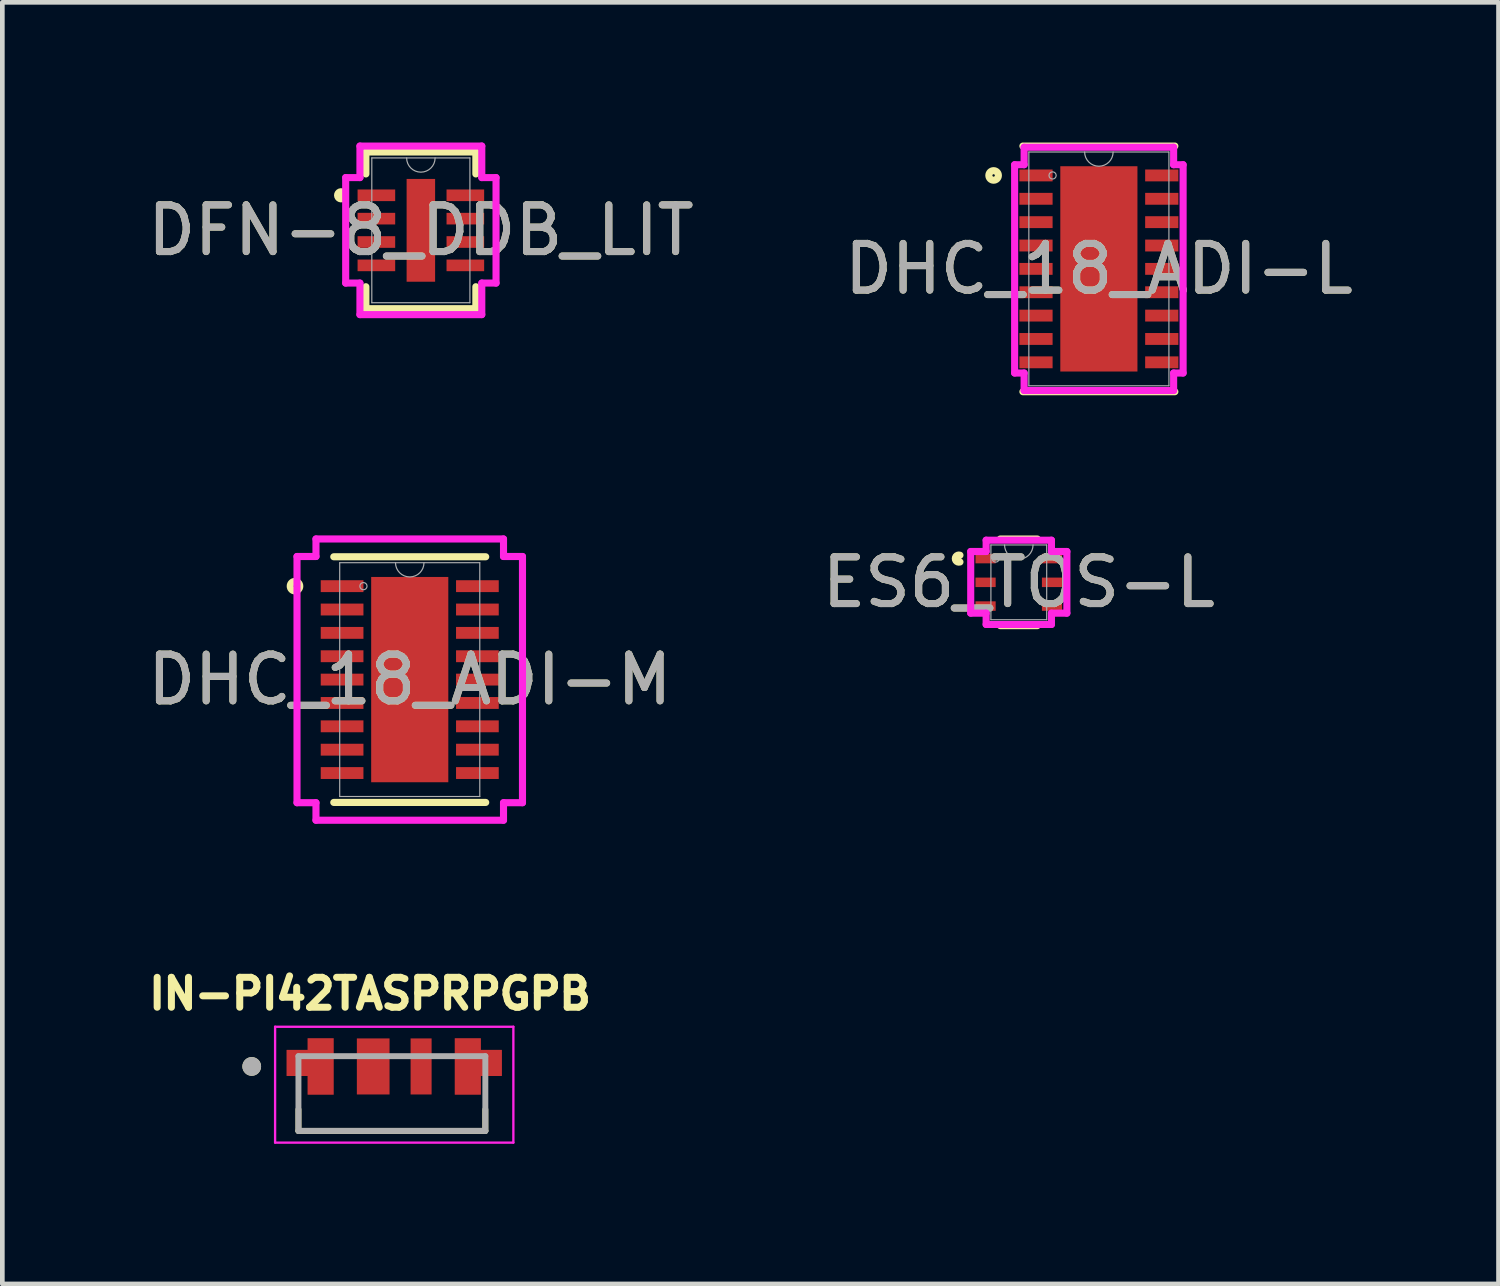
<source format=kicad_pcb>
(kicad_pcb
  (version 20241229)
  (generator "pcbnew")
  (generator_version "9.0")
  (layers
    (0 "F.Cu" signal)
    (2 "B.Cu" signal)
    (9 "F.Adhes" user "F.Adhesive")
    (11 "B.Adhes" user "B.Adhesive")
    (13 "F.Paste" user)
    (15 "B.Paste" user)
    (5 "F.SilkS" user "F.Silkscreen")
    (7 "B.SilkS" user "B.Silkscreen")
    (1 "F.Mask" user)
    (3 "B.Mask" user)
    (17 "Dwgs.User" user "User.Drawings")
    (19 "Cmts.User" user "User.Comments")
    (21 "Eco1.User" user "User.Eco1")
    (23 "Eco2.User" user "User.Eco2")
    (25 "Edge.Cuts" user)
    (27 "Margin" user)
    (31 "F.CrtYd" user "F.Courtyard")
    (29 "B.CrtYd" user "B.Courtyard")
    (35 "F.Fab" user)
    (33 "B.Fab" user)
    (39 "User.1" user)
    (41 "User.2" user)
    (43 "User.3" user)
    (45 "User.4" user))
  (footprint "DFN-8_DDB_LIT"
    (layer "F.Cu")
    (at 5.958 1.88)
    (property "Reference" "DFN-8_DDB_LIT" (at 0 0 0) (unlocked yes) (layer "F.SilkS") (effects (font (size 1 1) (thickness 0.15))))
    (attr smd)
    (fp_line (start -1.177 -1.677) (end -1.177 -1.207) (stroke (width 0.152) (type solid)) (layer "F.SilkS"))
    (fp_line (start -1.177 1.207) (end -1.177 1.677) (stroke (width 0.152) (type solid)) (layer "F.SilkS"))
    (fp_line (start -1.177 1.677) (end 1.177 1.677) (stroke (width 0.152) (type solid)) (layer "F.SilkS"))
    (fp_line (start 1.177 -1.677) (end -1.177 -1.677) (stroke (width 0.152) (type solid)) (layer "F.SilkS"))
    (fp_line (start 1.177 -1.207) (end 1.177 -1.677) (stroke (width 0.152) (type solid)) (layer "F.SilkS"))
    (fp_line (start 1.177 1.677) (end 1.177 1.207) (stroke (width 0.152) (type solid)) (layer "F.SilkS"))
    (fp_arc (start -1.687541 -0.676171) (mid -1.7826 -0.75) (end -1.687541 -0.823829) (stroke (width 0.1524) (type solid)) (layer "F.SilkS"))
    (fp_line (start -1.609 -1.129) (end -1.304 -1.129) (stroke (width 0.152) (type solid)) (layer "F.CrtYd"))
    (fp_line (start -1.609 1.129) (end -1.609 -1.129) (stroke (width 0.152) (type solid)) (layer "F.CrtYd"))
    (fp_line (start -1.609 1.129) (end -1.304 1.129) (stroke (width 0.152) (type solid)) (layer "F.CrtYd"))
    (fp_line (start -1.304 -1.804) (end 1.304 -1.804) (stroke (width 0.152) (type solid)) (layer "F.CrtYd"))
    (fp_line (start -1.304 -1.129) (end -1.304 -1.804) (stroke (width 0.152) (type solid)) (layer "F.CrtYd"))
    (fp_line (start -1.304 1.804) (end -1.304 1.129) (stroke (width 0.152) (type solid)) (layer "F.CrtYd"))
    (fp_line (start 1.304 -1.804) (end 1.304 -1.129) (stroke (width 0.152) (type solid)) (layer "F.CrtYd"))
    (fp_line (start 1.304 1.129) (end 1.304 1.804) (stroke (width 0.152) (type solid)) (layer "F.CrtYd"))
    (fp_line (start 1.304 1.804) (end -1.304 1.804) (stroke (width 0.152) (type solid)) (layer "F.CrtYd"))
    (fp_line (start 1.609 -1.129) (end 1.304 -1.129) (stroke (width 0.152) (type solid)) (layer "F.CrtYd"))
    (fp_line (start 1.609 -1.129) (end 1.609 1.129) (stroke (width 0.152) (type solid)) (layer "F.CrtYd"))
    (fp_line (start 1.609 1.129) (end 1.304 1.129) (stroke (width 0.152) (type solid)) (layer "F.CrtYd"))
    (fp_line (start -1.05 -1.55) (end -1.05 1.55) (stroke (width 0.025) (type solid)) (layer "F.Fab"))
    (fp_line (start -1.05 1.55) (end 1.05 1.55) (stroke (width 0.025) (type solid)) (layer "F.Fab"))
    (fp_line (start 1.05 -1.55) (end -1.05 -1.55) (stroke (width 0.025) (type solid)) (layer "F.Fab"))
    (fp_line (start 1.05 1.55) (end 1.05 -1.55) (stroke (width 0.025) (type solid)) (layer "F.Fab"))
    (fp_arc (start 0.3048 -1.549999) (mid 0 -1.245199) (end -0.3048 -1.549999) (stroke (width 0.0254) (type solid)) (layer "F.Fab"))
    (fp_text user "${REFERENCE}" (at 0 0 0) (unlocked yes) (layer "F.Fab") (effects (font (size 1 1) (thickness 0.15))))
    (pad "1" smd rect (at -0.952 -0.75) (size 0.805 0.249) (layers "F.Cu" "F.Mask" "F.Paste"))
    (pad "2" smd rect (at -0.952 -0.25) (size 0.805 0.249) (layers "F.Cu" "F.Mask" "F.Paste"))
    (pad "3" smd rect (at -0.952 0.25) (size 0.805 0.249) (layers "F.Cu" "F.Mask" "F.Paste"))
    (pad "4" smd rect (at -0.952 0.75) (size 0.805 0.249) (layers "F.Cu" "F.Mask" "F.Paste"))
    (pad "5" smd rect (at 0.952 0.75) (size 0.805 0.249) (layers "F.Cu" "F.Mask" "F.Paste"))
    (pad "6" smd rect (at 0.952 0.25) (size 0.805 0.249) (layers "F.Cu" "F.Mask" "F.Paste"))
    (pad "7" smd rect (at 0.952 -0.25) (size 0.805 0.249) (layers "F.Cu" "F.Mask" "F.Paste"))
    (pad "8" smd rect (at 0.952 -0.75) (size 0.805 0.249) (layers "F.Cu" "F.Mask" "F.Paste"))
    (pad "9" smd rect (at 0 0) (size 0.61 2.2) (layers "F.Cu" "F.Mask" "F.Paste")))
  (footprint "IN-PI42TASPRPGPB"
    (layer "F.Cu")
    (at 5.338 20.356)
    (property "Reference" "IN-PI42TASPRPGPB" (at -0.468 -2.136 0) (layer "F.SilkS") (effects (font (size 0.64 0.64) (thickness 0.15))))
    (attr smd)
    (fp_poly (pts (xy -1.85 -1.23) (xy -1.2 -1.23) (xy -1.2 0.07) (xy -1.85 0.07) (xy -1.85 -0.33) (xy -2.3 -0.33) (xy -2.3 -0.98) (xy -1.85 -0.98)) (stroke (width 0.01) (type solid)) (fill yes) (layer "F.Mask"))
    (fp_poly (pts (xy 1.3 -1.23) (xy 1.3 0.07) (xy 1.95 0.07) (xy 1.95 -0.33) (xy 2.4 -0.33) (xy 2.4 -0.98) (xy 1.95 -0.98) (xy 1.95 -1.23)) (stroke (width 0.01) (type solid)) (fill yes) (layer "F.Mask"))
    (fp_line (start -2 0.8) (end -2 0.34) (stroke (width 0.127) (type solid)) (layer "F.SilkS"))
    (fp_line (start 2 0.8) (end -2 0.8) (stroke (width 0.127) (type solid)) (layer "F.SilkS"))
    (fp_line (start 2 0.8) (end 2 0.34) (stroke (width 0.127) (type solid)) (layer "F.SilkS"))
    (fp_circle (center -3 -0.58) (end -2.9 -0.58) (stroke (width 0.2) (type solid)) (fill no) (layer "F.SilkS"))
    (fp_poly (pts (xy -1.8 -1.18) (xy -1.25 -1.18) (xy -1.25 0.02) (xy -1.8 0.02) (xy -1.8 -0.38) (xy -2.25 -0.38) (xy -2.25 -0.93) (xy -1.8 -0.93)) (stroke (width 0.01) (type solid)) (fill yes) (layer "F.Paste"))
    (fp_poly (pts (xy 1.35 -1.18) (xy 1.35 0.02) (xy 1.9 0.02) (xy 1.9 -0.38) (xy 2.35 -0.38) (xy 2.35 -0.93) (xy 1.9 -0.93) (xy 1.9 -1.18)) (stroke (width 0.01) (type solid)) (fill yes) (layer "F.Paste"))
    (fp_line (start -2.5 -1.43) (end -2.5 1.05) (stroke (width 0.05) (type solid)) (layer "F.CrtYd"))
    (fp_line (start -2.5 1.05) (end 2.6 1.05) (stroke (width 0.05) (type solid)) (layer "F.CrtYd"))
    (fp_line (start 2.6 -1.43) (end -2.5 -1.43) (stroke (width 0.05) (type solid)) (layer "F.CrtYd"))
    (fp_line (start 2.6 1.05) (end 2.6 -1.43) (stroke (width 0.05) (type solid)) (layer "F.CrtYd"))
    (fp_line (start -2 -0.8) (end 2 -0.8) (stroke (width 0.127) (type solid)) (layer "F.Fab"))
    (fp_line (start -2 0.8) (end -2 -0.8) (stroke (width 0.127) (type solid)) (layer "F.Fab"))
    (fp_line (start 2 -0.8) (end 2 0.8) (stroke (width 0.127) (type solid)) (layer "F.Fab"))
    (fp_line (start 2 0.8) (end -2 0.8) (stroke (width 0.127) (type solid)) (layer "F.Fab"))
    (fp_circle (center -3 -0.58) (end -2.9 -0.58) (stroke (width 0.2) (type solid)) (fill no) (layer "F.Fab"))
    (pad "1" smd custom (at -1.525 -0.58) (size 0.05 0.05) (layers "F.Cu") (options (anchor rect)) (primitives (gr_poly (pts (xy -0.275 -0.6) (xy 0.275 -0.6) (xy 0.275 0.6) (xy -0.275 0.6) (xy -0.275 0.2) (xy -0.725 0.2) (xy -0.725 -0.35) (xy -0.275 -0.35)) (width 0.01) (fill yes))))
    (pad "2" smd rect (at -0.4 -0.58) (size 0.7 1.2) (layers "F.Cu" "F.Mask" "F.Paste"))
    (pad "3" smd rect (at 0.625 -0.58) (size 0.45 1.2) (layers "F.Cu" "F.Mask" "F.Paste"))
    (pad "4" smd custom (at 1.625 -0.58) (size 0.05 0.05) (layers "F.Cu") (options (anchor rect)) (primitives (gr_poly (pts (xy -0.275 -0.6) (xy -0.275 0.6) (xy 0.275 0.6) (xy 0.275 0.2) (xy 0.725 0.2) (xy 0.725 -0.35) (xy 0.275 -0.35) (xy 0.275 -0.6)) (width 0.01) (fill yes)))))
  (footprint "ES6_TOS-L"
    (layer "F.Cu")
    (at 18.756 9.414)
    (property "Reference" "ES6_TOS-L" (at 0 0 0) (unlocked yes) (layer "F.SilkS") (effects (font (size 1 1) (thickness 0.15))))
    (attr smd)
    (fp_line (start -0.396 0.927) (end 0.396 0.927) (stroke (width 0.152) (type solid)) (layer "F.SilkS"))
    (fp_line (start 0.396 -0.927) (end -0.396 -0.927) (stroke (width 0.152) (type solid)) (layer "F.SilkS"))
    (fp_arc (start -1.25984 -0.43531) (mid -1.3589 -0.508) (end -1.25984 -0.58069) (stroke (width 0.1524) (type solid)) (layer "F.SilkS"))
    (fp_line (start -1.029 -0.66) (end -0.699 -0.66) (stroke (width 0.152) (type solid)) (layer "F.CrtYd"))
    (fp_line (start -1.029 0.66) (end -1.029 -0.66) (stroke (width 0.152) (type solid)) (layer "F.CrtYd"))
    (fp_line (start -0.699 -0.902) (end 0.699 -0.902) (stroke (width 0.152) (type solid)) (layer "F.CrtYd"))
    (fp_line (start -0.699 -0.66) (end -0.699 -0.902) (stroke (width 0.152) (type solid)) (layer "F.CrtYd"))
    (fp_line (start -0.699 0.66) (end -1.029 0.66) (stroke (width 0.152) (type solid)) (layer "F.CrtYd"))
    (fp_line (start -0.699 0.902) (end -0.699 0.66) (stroke (width 0.152) (type solid)) (layer "F.CrtYd"))
    (fp_line (start 0.699 -0.902) (end 0.699 -0.66) (stroke (width 0.152) (type solid)) (layer "F.CrtYd"))
    (fp_line (start 0.699 -0.66) (end 1.029 -0.66) (stroke (width 0.152) (type solid)) (layer "F.CrtYd"))
    (fp_line (start 0.699 0.66) (end 0.699 0.902) (stroke (width 0.152) (type solid)) (layer "F.CrtYd"))
    (fp_line (start 0.699 0.902) (end -0.699 0.902) (stroke (width 0.152) (type solid)) (layer "F.CrtYd"))
    (fp_line (start 1.029 -0.66) (end 1.029 0.66) (stroke (width 0.152) (type solid)) (layer "F.CrtYd"))
    (fp_line (start 1.029 0.66) (end 0.699 0.66) (stroke (width 0.152) (type solid)) (layer "F.CrtYd"))
    (fp_line (start -0.597 -0.8) (end -0.597 0.8) (stroke (width 0.025) (type solid)) (layer "F.Fab"))
    (fp_line (start -0.597 0.8) (end 0.597 0.8) (stroke (width 0.025) (type solid)) (layer "F.Fab"))
    (fp_line (start 0.597 -0.8) (end -0.597 -0.8) (stroke (width 0.025) (type solid)) (layer "F.Fab"))
    (fp_line (start 0.597 0.8) (end 0.597 -0.8) (stroke (width 0.025) (type solid)) (layer "F.Fab"))
    (fp_arc (start 0.3048 -0.8001) (mid 0 -0.4953) (end -0.3048 -0.8001) (stroke (width 0.0254) (type solid)) (layer "F.Fab"))
    (fp_circle (center -0.495 -0.508) (end -0.419 -0.508) (stroke (width 0.025) (type solid)) (fill no) (layer "F.Fab"))
    (fp_text user "${REFERENCE}" (at 0 0 0) (unlocked yes) (layer "F.Fab") (effects (font (size 1 1) (thickness 0.15))))
    (pad "1" smd rect (at -0.711 -0.508) (size 0.432 0.203) (layers "F.Cu" "F.Mask" "F.Paste"))
    (pad "2" smd rect (at -0.711 0) (size 0.432 0.203) (layers "F.Cu" "F.Mask" "F.Paste"))
    (pad "3" smd rect (at -0.711 0.508) (size 0.432 0.203) (layers "F.Cu" "F.Mask" "F.Paste"))
    (pad "4" smd rect (at 0.711 0.508) (size 0.432 0.203) (layers "F.Cu" "F.Mask" "F.Paste"))
    (pad "5" smd rect (at 0.711 0) (size 0.432 0.203) (layers "F.Cu" "F.Mask" "F.Paste"))
    (pad "6" smd rect (at 0.711 -0.508) (size 0.432 0.203) (layers "F.Cu" "F.Mask" "F.Paste")))
  (footprint "DHC_18_ADI-M"
    (layer "F.Cu")
    (at 5.72 11.496)
    (property "Reference" "DHC_18_ADI-M" (at 0 0 0) (unlocked yes) (layer "F.SilkS") (effects (font (size 1 1) (thickness 0.15))))
    (attr smd)
    (fp_line (start -1.626 2.629) (end 1.626 2.629) (stroke (width 0.152) (type solid)) (layer "F.SilkS"))
    (fp_line (start 1.626 -2.629) (end -1.626 -2.629) (stroke (width 0.152) (type solid)) (layer "F.SilkS"))
    (fp_circle (center -2.456 -2) (end -2.354 -2) (stroke (width 0.152) (type solid)) (fill no) (layer "F.SilkS"))
    (fp_poly (pts (xy -0.726 -2.097) (xy -0.726 -0.832) (xy 0.726 -0.832) (xy 0.726 -2.097)) (stroke (width 0) (type solid)) (fill yes) (layer "F.Paste"))
    (fp_poly (pts (xy -0.726 -0.632) (xy -0.726 0.632) (xy 0.726 0.632) (xy 0.726 -0.632)) (stroke (width 0) (type solid)) (fill yes) (layer "F.Paste"))
    (fp_poly (pts (xy -0.726 0.832) (xy -0.726 2.097) (xy 0.726 2.097) (xy 0.726 0.832)) (stroke (width 0) (type solid)) (fill yes) (layer "F.Paste"))
    (fp_line (start -2.413 -2.635) (end -2.007 -2.635) (stroke (width 0.152) (type solid)) (layer "F.CrtYd"))
    (fp_line (start -2.413 2.635) (end -2.413 -2.635) (stroke (width 0.152) (type solid)) (layer "F.CrtYd"))
    (fp_line (start -2.413 2.635) (end -2.007 2.635) (stroke (width 0.152) (type solid)) (layer "F.CrtYd"))
    (fp_line (start -2.007 -3.01) (end 2.007 -3.01) (stroke (width 0.152) (type solid)) (layer "F.CrtYd"))
    (fp_line (start -2.007 -2.635) (end -2.007 -3.01) (stroke (width 0.152) (type solid)) (layer "F.CrtYd"))
    (fp_line (start -2.007 3.01) (end -2.007 2.635) (stroke (width 0.152) (type solid)) (layer "F.CrtYd"))
    (fp_line (start 2.007 -3.01) (end 2.007 -2.635) (stroke (width 0.152) (type solid)) (layer "F.CrtYd"))
    (fp_line (start 2.007 2.635) (end 2.007 3.01) (stroke (width 0.152) (type solid)) (layer "F.CrtYd"))
    (fp_line (start 2.007 3.01) (end -2.007 3.01) (stroke (width 0.152) (type solid)) (layer "F.CrtYd"))
    (fp_line (start 2.413 -2.635) (end 2.007 -2.635) (stroke (width 0.152) (type solid)) (layer "F.CrtYd"))
    (fp_line (start 2.413 -2.635) (end 2.413 2.635) (stroke (width 0.152) (type solid)) (layer "F.CrtYd"))
    (fp_line (start 2.413 2.635) (end 2.007 2.635) (stroke (width 0.152) (type solid)) (layer "F.CrtYd"))
    (fp_line (start -1.499 -2.502) (end -1.499 2.502) (stroke (width 0.025) (type solid)) (layer "F.Fab"))
    (fp_line (start -1.499 2.502) (end 1.499 2.502) (stroke (width 0.025) (type solid)) (layer "F.Fab"))
    (fp_line (start 1.499 -2.502) (end -1.499 -2.502) (stroke (width 0.025) (type solid)) (layer "F.Fab"))
    (fp_line (start 1.499 2.502) (end 1.499 -2.502) (stroke (width 0.025) (type solid)) (layer "F.Fab"))
    (fp_arc (start 0.3048 -2.5019) (mid 0 -2.1971) (end -0.3048 -2.5019) (stroke (width 0.0254) (type solid)) (layer "F.Fab"))
    (fp_circle (center -0.991 -2) (end -0.914 -2) (stroke (width 0.025) (type solid)) (fill no) (layer "F.Fab"))
    (fp_text user "${REFERENCE}" (at 0 0 0) (unlocked yes) (layer "F.Fab") (effects (font (size 1 1) (thickness 0.15))))
    (pad "1" smd rect (at -1.448 -2) (size 0.914 0.254) (layers "F.Cu" "F.Mask" "F.Paste"))
    (pad "2" smd rect (at -1.448 -1.5) (size 0.914 0.254) (layers "F.Cu" "F.Mask" "F.Paste"))
    (pad "3" smd rect (at -1.448 -1) (size 0.914 0.254) (layers "F.Cu" "F.Mask" "F.Paste"))
    (pad "4" smd rect (at -1.448 -0.5) (size 0.914 0.254) (layers "F.Cu" "F.Mask" "F.Paste"))
    (pad "5" smd rect (at -1.448 0) (size 0.914 0.254) (layers "F.Cu" "F.Mask" "F.Paste"))
    (pad "6" smd rect (at -1.448 0.5) (size 0.914 0.254) (layers "F.Cu" "F.Mask" "F.Paste"))
    (pad "7" smd rect (at -1.448 1) (size 0.914 0.254) (layers "F.Cu" "F.Mask" "F.Paste"))
    (pad "8" smd rect (at -1.448 1.5) (size 0.914 0.254) (layers "F.Cu" "F.Mask" "F.Paste"))
    (pad "9" smd rect (at -1.448 2) (size 0.914 0.254) (layers "F.Cu" "F.Mask" "F.Paste"))
    (pad "10" smd rect (at 1.448 2) (size 0.914 0.254) (layers "F.Cu" "F.Mask" "F.Paste"))
    (pad "11" smd rect (at 1.448 1.5) (size 0.914 0.254) (layers "F.Cu" "F.Mask" "F.Paste"))
    (pad "12" smd rect (at 1.448 1) (size 0.914 0.254) (layers "F.Cu" "F.Mask" "F.Paste"))
    (pad "13" smd rect (at 1.448 0.5) (size 0.914 0.254) (layers "F.Cu" "F.Mask" "F.Paste"))
    (pad "14" smd rect (at 1.448 0) (size 0.914 0.254) (layers "F.Cu" "F.Mask" "F.Paste"))
    (pad "15" smd rect (at 1.448 -0.5) (size 0.914 0.254) (layers "F.Cu" "F.Mask" "F.Paste"))
    (pad "16" smd rect (at 1.448 -1) (size 0.914 0.254) (layers "F.Cu" "F.Mask" "F.Paste"))
    (pad "17" smd rect (at 1.448 -1.5) (size 0.914 0.254) (layers "F.Cu" "F.Mask" "F.Paste"))
    (pad "18" smd rect (at 1.448 -2) (size 0.914 0.254) (layers "F.Cu" "F.Mask" "F.Paste"))
    (pad "19" smd rect (at 0 0) (size 1.651 4.394) (layers "F.Cu" "F.Mask" "F.Paste")))
  (footprint "DHC_18_ADI-L"
    (layer "F.Cu")
    (at 20.47 2.705)
    (property "Reference" "DHC_18_ADI-L" (at 0 0 0) (unlocked yes) (layer "F.SilkS") (effects (font (size 1 1) (thickness 0.15))))
    (attr smd)
    (fp_line (start -1.626 2.629) (end 1.626 2.629) (stroke (width 0.152) (type solid)) (layer "F.SilkS"))
    (fp_line (start 1.626 -2.629) (end -1.626 -2.629) (stroke (width 0.152) (type solid)) (layer "F.SilkS"))
    (fp_circle (center -2.253 -2) (end -2.151 -2) (stroke (width 0.152) (type solid)) (fill no) (layer "F.SilkS"))
    (fp_poly (pts (xy -0.726 -2.097) (xy -0.726 -0.832) (xy 0.726 -0.832) (xy 0.726 -2.097)) (stroke (width 0) (type solid)) (fill yes) (layer "F.Paste"))
    (fp_poly (pts (xy -0.726 -0.632) (xy -0.726 0.632) (xy 0.726 0.632) (xy 0.726 -0.632)) (stroke (width 0) (type solid)) (fill yes) (layer "F.Paste"))
    (fp_poly (pts (xy -0.726 0.832) (xy -0.726 2.097) (xy 0.726 2.097) (xy 0.726 0.832)) (stroke (width 0) (type solid)) (fill yes) (layer "F.Paste"))
    (fp_line (start -1.803 -2.229) (end -1.6 -2.229) (stroke (width 0.152) (type solid)) (layer "F.CrtYd"))
    (fp_line (start -1.803 2.229) (end -1.803 -2.229) (stroke (width 0.152) (type solid)) (layer "F.CrtYd"))
    (fp_line (start -1.803 2.229) (end -1.6 2.229) (stroke (width 0.152) (type solid)) (layer "F.CrtYd"))
    (fp_line (start -1.6 -2.603) (end 1.6 -2.603) (stroke (width 0.152) (type solid)) (layer "F.CrtYd"))
    (fp_line (start -1.6 -2.229) (end -1.6 -2.603) (stroke (width 0.152) (type solid)) (layer "F.CrtYd"))
    (fp_line (start -1.6 2.603) (end -1.6 2.229) (stroke (width 0.152) (type solid)) (layer "F.CrtYd"))
    (fp_line (start 1.6 -2.603) (end 1.6 -2.229) (stroke (width 0.152) (type solid)) (layer "F.CrtYd"))
    (fp_line (start 1.6 2.229) (end 1.6 2.603) (stroke (width 0.152) (type solid)) (layer "F.CrtYd"))
    (fp_line (start 1.6 2.603) (end -1.6 2.603) (stroke (width 0.152) (type solid)) (layer "F.CrtYd"))
    (fp_line (start 1.803 -2.229) (end 1.6 -2.229) (stroke (width 0.152) (type solid)) (layer "F.CrtYd"))
    (fp_line (start 1.803 -2.229) (end 1.803 2.229) (stroke (width 0.152) (type solid)) (layer "F.CrtYd"))
    (fp_line (start 1.803 2.229) (end 1.6 2.229) (stroke (width 0.152) (type solid)) (layer "F.CrtYd"))
    (fp_line (start -1.499 -2.502) (end -1.499 2.502) (stroke (width 0.025) (type solid)) (layer "F.Fab"))
    (fp_line (start -1.499 2.502) (end 1.499 2.502) (stroke (width 0.025) (type solid)) (layer "F.Fab"))
    (fp_line (start 1.499 -2.502) (end -1.499 -2.502) (stroke (width 0.025) (type solid)) (layer "F.Fab"))
    (fp_line (start 1.499 2.502) (end 1.499 -2.502) (stroke (width 0.025) (type solid)) (layer "F.Fab"))
    (fp_arc (start 0.3048 -2.5019) (mid 0 -2.1971) (end -0.3048 -2.5019) (stroke (width 0.0254) (type solid)) (layer "F.Fab"))
    (fp_circle (center -0.991 -2) (end -0.914 -2) (stroke (width 0.025) (type solid)) (fill no) (layer "F.Fab"))
    (fp_text user "${REFERENCE}" (at 0 0 0) (unlocked yes) (layer "F.Fab") (effects (font (size 1 1) (thickness 0.15))))
    (pad "1" smd rect (at -1.346 -2) (size 0.711 0.254) (layers "F.Cu" "F.Mask" "F.Paste"))
    (pad "2" smd rect (at -1.346 -1.5) (size 0.711 0.254) (layers "F.Cu" "F.Mask" "F.Paste"))
    (pad "3" smd rect (at -1.346 -1) (size 0.711 0.254) (layers "F.Cu" "F.Mask" "F.Paste"))
    (pad "4" smd rect (at -1.346 -0.5) (size 0.711 0.254) (layers "F.Cu" "F.Mask" "F.Paste"))
    (pad "5" smd rect (at -1.346 0) (size 0.711 0.254) (layers "F.Cu" "F.Mask" "F.Paste"))
    (pad "6" smd rect (at -1.346 0.5) (size 0.711 0.254) (layers "F.Cu" "F.Mask" "F.Paste"))
    (pad "7" smd rect (at -1.346 1) (size 0.711 0.254) (layers "F.Cu" "F.Mask" "F.Paste"))
    (pad "8" smd rect (at -1.346 1.5) (size 0.711 0.254) (layers "F.Cu" "F.Mask" "F.Paste"))
    (pad "9" smd rect (at -1.346 2) (size 0.711 0.254) (layers "F.Cu" "F.Mask" "F.Paste"))
    (pad "10" smd rect (at 1.346 2) (size 0.711 0.254) (layers "F.Cu" "F.Mask" "F.Paste"))
    (pad "11" smd rect (at 1.346 1.5) (size 0.711 0.254) (layers "F.Cu" "F.Mask" "F.Paste"))
    (pad "12" smd rect (at 1.346 1) (size 0.711 0.254) (layers "F.Cu" "F.Mask" "F.Paste"))
    (pad "13" smd rect (at 1.346 0.5) (size 0.711 0.254) (layers "F.Cu" "F.Mask" "F.Paste"))
    (pad "14" smd rect (at 1.346 0) (size 0.711 0.254) (layers "F.Cu" "F.Mask" "F.Paste"))
    (pad "15" smd rect (at 1.346 -0.5) (size 0.711 0.254) (layers "F.Cu" "F.Mask" "F.Paste"))
    (pad "16" smd rect (at 1.346 -1) (size 0.711 0.254) (layers "F.Cu" "F.Mask" "F.Paste"))
    (pad "17" smd rect (at 1.346 -1.5) (size 0.711 0.254) (layers "F.Cu" "F.Mask" "F.Paste"))
    (pad "18" smd rect (at 1.346 -2) (size 0.711 0.254) (layers "F.Cu" "F.Mask" "F.Paste"))
    (pad "19" smd rect (at 0 0) (size 1.651 4.394) (layers "F.Cu" "F.Mask" "F.Paste")))
  (gr_rect
    (start -3 -3)
    (end 29.024 24.431)
    (stroke (width 0.1) (type default))
    (fill no)
    (layer "Edge.Cuts")))
</source>
